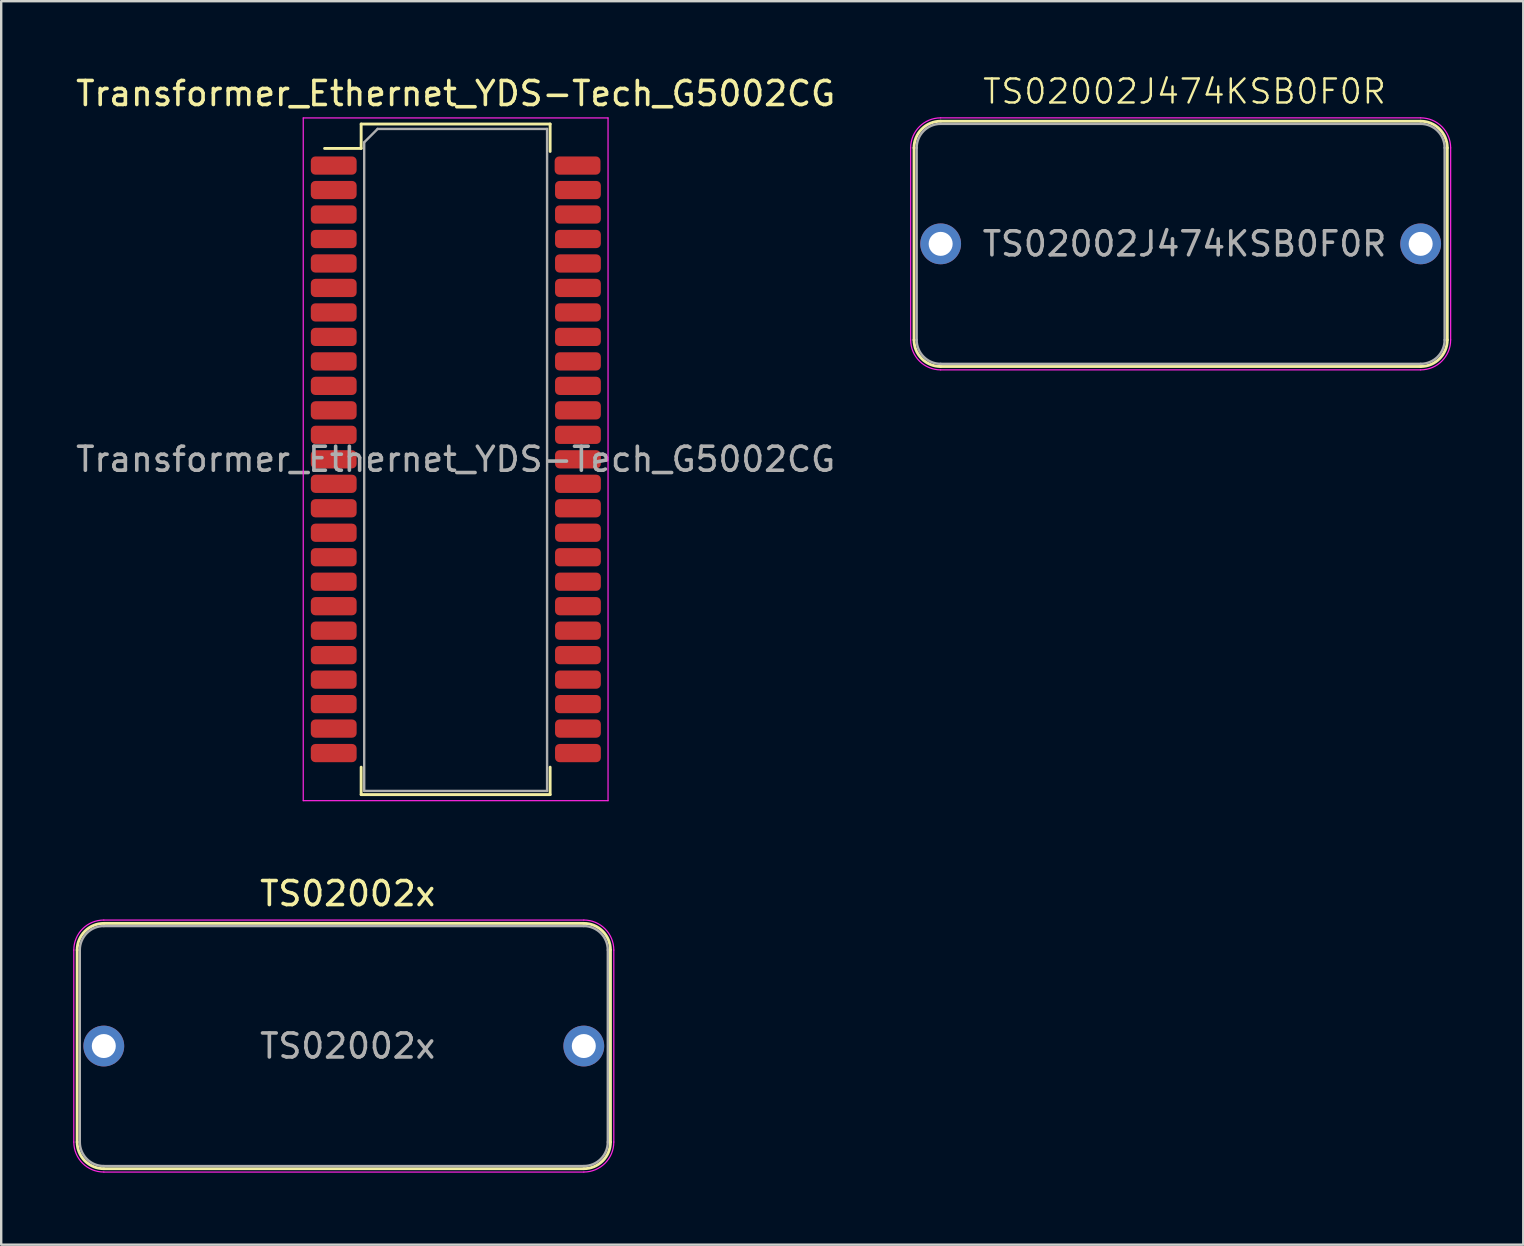
<source format=kicad_pcb>
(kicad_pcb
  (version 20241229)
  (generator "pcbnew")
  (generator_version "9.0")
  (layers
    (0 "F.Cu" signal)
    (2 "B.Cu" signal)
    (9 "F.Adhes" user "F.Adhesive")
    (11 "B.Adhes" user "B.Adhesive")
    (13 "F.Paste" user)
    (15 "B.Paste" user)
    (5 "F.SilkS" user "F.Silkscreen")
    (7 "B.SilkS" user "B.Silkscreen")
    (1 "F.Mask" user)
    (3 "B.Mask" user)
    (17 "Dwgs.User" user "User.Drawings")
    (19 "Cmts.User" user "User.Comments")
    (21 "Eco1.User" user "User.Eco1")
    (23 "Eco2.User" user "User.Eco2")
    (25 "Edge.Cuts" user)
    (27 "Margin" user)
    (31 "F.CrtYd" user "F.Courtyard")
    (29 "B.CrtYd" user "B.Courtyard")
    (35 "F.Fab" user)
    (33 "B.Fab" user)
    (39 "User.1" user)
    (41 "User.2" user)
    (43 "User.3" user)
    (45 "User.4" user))
  (footprint "TS02002x"
    (layer "F.Cu")
    (at 1.275 40.535)
    (property "Reference" "TS02002x" (at 10.16 -6.35 0) (unlocked yes) (layer "F.SilkS") (effects (font (size 1 1) (thickness 0.15))))
    (attr through_hole)
    (fp_line (start -1.11 -4) (end -1.11 4) (stroke (width 0.12) (type solid)) (layer "F.SilkS"))
    (fp_line (start 0 -5.11) (end 20 -5.11) (stroke (width 0.12) (type solid)) (layer "F.SilkS"))
    (fp_line (start 0 5.11) (end 20 5.11) (stroke (width 0.12) (type solid)) (layer "F.SilkS"))
    (fp_line (start 21.11 -4) (end 21.11 4) (stroke (width 0.12) (type solid)) (layer "F.SilkS"))
    (fp_arc (start -1.11 -4) (mid -0.784889 -4.784889) (end 0 -5.11) (stroke (width 0.12) (type solid)) (layer "F.SilkS"))
    (fp_arc (start 0 5.11) (mid -0.784889 4.784889) (end -1.11 4) (stroke (width 0.12) (type solid)) (layer "F.SilkS"))
    (fp_arc (start 20 -5.11) (mid 20.784889 -4.784889) (end 21.11 -4) (stroke (width 0.12) (type solid)) (layer "F.SilkS"))
    (fp_arc (start 21.11 4) (mid 20.784889 4.784889) (end 20 5.11) (stroke (width 0.12) (type solid)) (layer "F.SilkS"))
    (fp_line (start -1.25 -4) (end -1.25 4) (stroke (width 0.05) (type solid)) (layer "F.CrtYd"))
    (fp_line (start 0 -5.25) (end 20 -5.25) (stroke (width 0.05) (type solid)) (layer "F.CrtYd"))
    (fp_line (start 0 5.25) (end 20 5.25) (stroke (width 0.05) (type solid)) (layer "F.CrtYd"))
    (fp_line (start 21.25 -4) (end 21.25 4) (stroke (width 0.05) (type solid)) (layer "F.CrtYd"))
    (fp_arc (start -1.25 -4) (mid -0.883883 -4.883883) (end 0 -5.25) (stroke (width 0.05) (type solid)) (layer "F.CrtYd"))
    (fp_arc (start 0 5.25) (mid -0.883883 4.883883) (end -1.25 4) (stroke (width 0.05) (type solid)) (layer "F.CrtYd"))
    (fp_arc (start 20 -5.25) (mid 20.883883 -4.883883) (end 21.25 -4) (stroke (width 0.05) (type solid)) (layer "F.CrtYd"))
    (fp_arc (start 21.25 4) (mid 20.883883 4.883883) (end 20 5.25) (stroke (width 0.05) (type solid)) (layer "F.CrtYd"))
    (fp_line (start -1 -4) (end -1 4) (stroke (width 0.1) (type solid)) (layer "F.Fab"))
    (fp_line (start 0 -5) (end 20 -5) (stroke (width 0.1) (type solid)) (layer "F.Fab"))
    (fp_line (start 0 5) (end 20 5) (stroke (width 0.1) (type solid)) (layer "F.Fab"))
    (fp_line (start 21 -4) (end 21 4) (stroke (width 0.1) (type solid)) (layer "F.Fab"))
    (fp_arc (start -1 -4) (mid -0.707107 -4.707107) (end 0 -5) (stroke (width 0.1) (type solid)) (layer "F.Fab"))
    (fp_arc (start 0 5) (mid -0.707107 4.707107) (end -1 4) (stroke (width 0.1) (type solid)) (layer "F.Fab"))
    (fp_arc (start 20 -5) (mid 20.707107 -4.707107) (end 21 -4) (stroke (width 0.1) (type solid)) (layer "F.Fab"))
    (fp_arc (start 21 4) (mid 20.707107 4.707107) (end 20 5) (stroke (width 0.1) (type solid)) (layer "F.Fab"))
    (fp_text user "${REFERENCE}" (at 10.16 0 0) (unlocked yes) (layer "F.Fab") (effects (font (size 1 1) (thickness 0.15))))
    (pad "1" thru_hole circle (at 0 0) (size 1.7 1.7) (drill 1) (layers "*.Cu" "*.Mask"))
    (pad "2" thru_hole circle (at 20 0) (size 1.7 1.7) (drill 1) (layers "*.Cu" "*.Mask")))
  (footprint "TS02002J474KSB0F0R"
    (layer "F.Cu")
    (at 36.144 7.111)
    (property "Reference" "TS02002J474KSB0F0R" (at 10.16 -6.35 0) (unlocked yes) (layer "F.SilkS") (effects (font (size 1 1) (thickness 0.1))))
    (attr through_hole)
    (fp_line (start -1.11 -4) (end -1.11 4) (stroke (width 0.12) (type solid)) (layer "F.SilkS"))
    (fp_line (start 0 -5.11) (end 20 -5.11) (stroke (width 0.12) (type solid)) (layer "F.SilkS"))
    (fp_line (start 0 5.11) (end 20 5.11) (stroke (width 0.12) (type solid)) (layer "F.SilkS"))
    (fp_line (start 21.11 -4) (end 21.11 4) (stroke (width 0.12) (type solid)) (layer "F.SilkS"))
    (fp_arc (start -1.11 -4) (mid -0.784889 -4.784889) (end 0 -5.11) (stroke (width 0.12) (type solid)) (layer "F.SilkS"))
    (fp_arc (start 0 5.11) (mid -0.784889 4.784889) (end -1.11 4) (stroke (width 0.12) (type solid)) (layer "F.SilkS"))
    (fp_arc (start 20 -5.11) (mid 20.784889 -4.784889) (end 21.11 -4) (stroke (width 0.12) (type solid)) (layer "F.SilkS"))
    (fp_arc (start 21.11 4) (mid 20.784889 4.784889) (end 20 5.11) (stroke (width 0.12) (type solid)) (layer "F.SilkS"))
    (fp_line (start -1.25 -4) (end -1.25 4) (stroke (width 0.05) (type solid)) (layer "F.CrtYd"))
    (fp_line (start 0 -5.25) (end 20 -5.25) (stroke (width 0.05) (type solid)) (layer "F.CrtYd"))
    (fp_line (start 0 5.25) (end 20 5.25) (stroke (width 0.05) (type solid)) (layer "F.CrtYd"))
    (fp_line (start 21.25 -4) (end 21.25 4) (stroke (width 0.05) (type solid)) (layer "F.CrtYd"))
    (fp_arc (start -1.25 -4) (mid -0.883883 -4.883883) (end 0 -5.25) (stroke (width 0.05) (type solid)) (layer "F.CrtYd"))
    (fp_arc (start 0 5.25) (mid -0.883883 4.883883) (end -1.25 4) (stroke (width 0.05) (type solid)) (layer "F.CrtYd"))
    (fp_arc (start 20 -5.25) (mid 20.883883 -4.883883) (end 21.25 -4) (stroke (width 0.05) (type solid)) (layer "F.CrtYd"))
    (fp_arc (start 21.25 4) (mid 20.883883 4.883883) (end 20 5.25) (stroke (width 0.05) (type solid)) (layer "F.CrtYd"))
    (fp_line (start -1 -4) (end -1 4) (stroke (width 0.1) (type solid)) (layer "F.Fab"))
    (fp_line (start 0 -5) (end 20 -5) (stroke (width 0.1) (type solid)) (layer "F.Fab"))
    (fp_line (start 0 5) (end 20 5) (stroke (width 0.1) (type solid)) (layer "F.Fab"))
    (fp_line (start 21 -4) (end 21 4) (stroke (width 0.1) (type solid)) (layer "F.Fab"))
    (fp_arc (start -1 -4) (mid -0.707107 -4.707107) (end 0 -5) (stroke (width 0.1) (type solid)) (layer "F.Fab"))
    (fp_arc (start 0 5) (mid -0.707107 4.707107) (end -1 4) (stroke (width 0.1) (type solid)) (layer "F.Fab"))
    (fp_arc (start 20 -5) (mid 20.707107 -4.707107) (end 21 -4) (stroke (width 0.1) (type solid)) (layer "F.Fab"))
    (fp_arc (start 21 4) (mid 20.707107 4.707107) (end 20 5) (stroke (width 0.1) (type solid)) (layer "F.Fab"))
    (fp_text user "${REFERENCE}" (at 10.16 0 0) (unlocked yes) (layer "F.Fab") (effects (font (size 1 1) (thickness 0.15))))
    (pad "1" thru_hole circle (at 0 0) (size 1.7 1.7) (drill 1) (layers "*.Cu" "*.Mask"))
    (pad "2" thru_hole circle (at 20 0) (size 1.7 1.7) (drill 1) (layers "*.Cu" "*.Mask")))
  (footprint "Transformer_Ethernet_YDS-Tech_G5002CG"
    (layer "F.Cu")
    (at 15.935 16.088)
    (property "Reference" "Transformer_Ethernet_YDS-Tech_G5002CG" (at 0 -15.24 0) (unlocked yes) (layer "F.SilkS") (effects (font (size 1 1) (thickness 0.15))))
    (attr smd)
    (fp_line (start -5.461 -12.954) (end -3.937 -12.954) (stroke (width 0.12) (type solid)) (layer "F.SilkS"))
    (fp_line (start -3.937 -13.97) (end -3.937 -12.954) (stroke (width 0.12) (type solid)) (layer "F.SilkS"))
    (fp_line (start -3.937 -13.97) (end 3.937 -13.97) (stroke (width 0.12) (type solid)) (layer "F.SilkS"))
    (fp_line (start -3.937 13.97) (end -3.937 12.827) (stroke (width 0.12) (type solid)) (layer "F.SilkS"))
    (fp_line (start 3.937 -13.97) (end 3.937 -12.827) (stroke (width 0.12) (type solid)) (layer "F.SilkS"))
    (fp_line (start 3.937 13.97) (end -3.937 13.97) (stroke (width 0.12) (type solid)) (layer "F.SilkS"))
    (fp_line (start 3.937 13.97) (end 3.937 12.827) (stroke (width 0.12) (type solid)) (layer "F.SilkS"))
    (fp_line (start -6.35 -14.224) (end -6.35 14.224) (stroke (width 0.05) (type solid)) (layer "F.CrtYd"))
    (fp_line (start -6.35 -14.224) (end 6.35 -14.224) (stroke (width 0.05) (type solid)) (layer "F.CrtYd"))
    (fp_line (start -6.35 14.224) (end 6.35 14.224) (stroke (width 0.05) (type solid)) (layer "F.CrtYd"))
    (fp_line (start 6.35 -14.224) (end 6.35 14.224) (stroke (width 0.05) (type solid)) (layer "F.CrtYd"))
    (fp_line (start -3.81 -13.208) (end -3.81 13.818) (stroke (width 0.1) (type solid)) (layer "F.Fab"))
    (fp_line (start -3.81 -13.208) (end -3.251 -13.767) (stroke (width 0.1) (type solid)) (layer "F.Fab"))
    (fp_line (start -3.81 13.818) (end 3.81 13.818) (stroke (width 0.1) (type solid)) (layer "F.Fab"))
    (fp_line (start -3.251 -13.767) (end 3.81 -13.767) (stroke (width 0.1) (type solid)) (layer "F.Fab"))
    (fp_line (start 3.81 -13.767) (end 3.81 13.818) (stroke (width 0.1) (type solid)) (layer "F.Fab"))
    (fp_text user "${REFERENCE}" (at 0 0 0) (unlocked yes) (layer "F.Fab") (effects (font (size 1 1) (thickness 0.15))))
    (pad "1" smd roundrect (at -5.08 -12.24) (size 1.91 0.76) (layers "F.Cu" "F.Mask" "F.Paste") (roundrect_rratio 0.25))
    (pad "2" smd roundrect (at -5.08 -11.22) (size 1.91 0.76) (layers "F.Cu" "F.Mask" "F.Paste") (roundrect_rratio 0.25))
    (pad "3" smd roundrect (at -5.08 -10.2) (size 1.91 0.76) (layers "F.Cu" "F.Mask" "F.Paste") (roundrect_rratio 0.25))
    (pad "4" smd roundrect (at -5.08 -9.18) (size 1.91 0.76) (layers "F.Cu" "F.Mask" "F.Paste") (roundrect_rratio 0.25))
    (pad "5" smd roundrect (at -5.08 -8.16) (size 1.91 0.76) (layers "F.Cu" "F.Mask" "F.Paste") (roundrect_rratio 0.25))
    (pad "6" smd roundrect (at -5.08 -7.14) (size 1.91 0.76) (layers "F.Cu" "F.Mask" "F.Paste") (roundrect_rratio 0.25))
    (pad "7" smd roundrect (at -5.08 -6.12) (size 1.91 0.76) (layers "F.Cu" "F.Mask" "F.Paste") (roundrect_rratio 0.25))
    (pad "8" smd roundrect (at -5.08 -5.1) (size 1.91 0.76) (layers "F.Cu" "F.Mask" "F.Paste") (roundrect_rratio 0.25))
    (pad "9" smd roundrect (at -5.08 -4.08) (size 1.91 0.76) (layers "F.Cu" "F.Mask" "F.Paste") (roundrect_rratio 0.25))
    (pad "10" smd roundrect (at -5.08 -3.06) (size 1.91 0.76) (layers "F.Cu" "F.Mask" "F.Paste") (roundrect_rratio 0.25))
    (pad "11" smd roundrect (at -5.08 -2.04) (size 1.91 0.76) (layers "F.Cu" "F.Mask" "F.Paste") (roundrect_rratio 0.25))
    (pad "12" smd roundrect (at -5.08 -1.02) (size 1.91 0.76) (layers "F.Cu" "F.Mask" "F.Paste") (roundrect_rratio 0.25))
    (pad "13" smd roundrect (at -5.08 0 180) (size 1.91 0.76) (layers "F.Cu" "F.Mask" "F.Paste") (roundrect_rratio 0.25))
    (pad "14" smd roundrect (at -5.08 1.02 180) (size 1.91 0.76) (layers "F.Cu" "F.Mask" "F.Paste") (roundrect_rratio 0.25))
    (pad "15" smd roundrect (at -5.08 2.04 180) (size 1.91 0.76) (layers "F.Cu" "F.Mask" "F.Paste") (roundrect_rratio 0.25))
    (pad "16" smd roundrect (at -5.08 3.06 180) (size 1.91 0.76) (layers "F.Cu" "F.Mask" "F.Paste") (roundrect_rratio 0.25))
    (pad "17" smd roundrect (at -5.08 4.08 180) (size 1.91 0.76) (layers "F.Cu" "F.Mask" "F.Paste") (roundrect_rratio 0.25))
    (pad "18" smd roundrect (at -5.08 5.1 180) (size 1.91 0.76) (layers "F.Cu" "F.Mask" "F.Paste") (roundrect_rratio 0.25))
    (pad "19" smd roundrect (at -5.08 6.12 180) (size 1.91 0.76) (layers "F.Cu" "F.Mask" "F.Paste") (roundrect_rratio 0.25))
    (pad "20" smd roundrect (at -5.08 7.14 180) (size 1.91 0.76) (layers "F.Cu" "F.Mask" "F.Paste") (roundrect_rratio 0.25))
    (pad "21" smd roundrect (at -5.08 8.16 180) (size 1.91 0.76) (layers "F.Cu" "F.Mask" "F.Paste") (roundrect_rratio 0.25))
    (pad "22" smd roundrect (at -5.08 9.18 180) (size 1.91 0.76) (layers "F.Cu" "F.Mask" "F.Paste") (roundrect_rratio 0.25))
    (pad "23" smd roundrect (at -5.08 10.2 180) (size 1.91 0.76) (layers "F.Cu" "F.Mask" "F.Paste") (roundrect_rratio 0.25))
    (pad "24" smd roundrect (at -5.08 11.22 180) (size 1.91 0.76) (layers "F.Cu" "F.Mask" "F.Paste") (roundrect_rratio 0.25))
    (pad "25" smd roundrect (at -5.08 12.24 180) (size 1.91 0.76) (layers "F.Cu" "F.Mask" "F.Paste") (roundrect_rratio 0.25))
    (pad "26" smd roundrect (at 5.096 12.24 180) (size 1.91 0.76) (layers "F.Cu" "F.Mask" "F.Paste") (roundrect_rratio 0.25))
    (pad "27" smd roundrect (at 5.096 11.22 180) (size 1.91 0.76) (layers "F.Cu" "F.Mask" "F.Paste") (roundrect_rratio 0.25))
    (pad "28" smd roundrect (at 5.096 10.2 180) (size 1.91 0.76) (layers "F.Cu" "F.Mask" "F.Paste") (roundrect_rratio 0.25))
    (pad "29" smd roundrect (at 5.096 9.18 180) (size 1.91 0.76) (layers "F.Cu" "F.Mask" "F.Paste") (roundrect_rratio 0.25))
    (pad "30" smd roundrect (at 5.096 8.16 180) (size 1.91 0.76) (layers "F.Cu" "F.Mask" "F.Paste") (roundrect_rratio 0.25))
    (pad "31" smd roundrect (at 5.096 7.14 180) (size 1.91 0.76) (layers "F.Cu" "F.Mask" "F.Paste") (roundrect_rratio 0.25))
    (pad "32" smd roundrect (at 5.096 6.12 180) (size 1.91 0.76) (layers "F.Cu" "F.Mask" "F.Paste") (roundrect_rratio 0.25))
    (pad "33" smd roundrect (at 5.096 5.1 180) (size 1.91 0.76) (layers "F.Cu" "F.Mask" "F.Paste") (roundrect_rratio 0.25))
    (pad "34" smd roundrect (at 5.096 4.08 180) (size 1.91 0.76) (layers "F.Cu" "F.Mask" "F.Paste") (roundrect_rratio 0.25))
    (pad "35" smd roundrect (at 5.096 3.06 180) (size 1.91 0.76) (layers "F.Cu" "F.Mask" "F.Paste") (roundrect_rratio 0.25))
    (pad "36" smd roundrect (at 5.096 2.04 180) (size 1.91 0.76) (layers "F.Cu" "F.Mask" "F.Paste") (roundrect_rratio 0.25))
    (pad "37" smd roundrect (at 5.096 1.02) (size 1.91 0.76) (layers "F.Cu" "F.Mask" "F.Paste") (roundrect_rratio 0.25))
    (pad "38" smd roundrect (at 5.096 0) (size 1.91 0.76) (layers "F.Cu" "F.Mask" "F.Paste") (roundrect_rratio 0.25))
    (pad "39" smd roundrect (at 5.096 -1.02) (size 1.91 0.76) (layers "F.Cu" "F.Mask" "F.Paste") (roundrect_rratio 0.25))
    (pad "40" smd roundrect (at 5.096 -2.04) (size 1.91 0.76) (layers "F.Cu" "F.Mask" "F.Paste") (roundrect_rratio 0.25))
    (pad "41" smd roundrect (at 5.096 -3.06) (size 1.91 0.76) (layers "F.Cu" "F.Mask" "F.Paste") (roundrect_rratio 0.25))
    (pad "42" smd roundrect (at 5.096 -4.08) (size 1.91 0.76) (layers "F.Cu" "F.Mask" "F.Paste") (roundrect_rratio 0.25))
    (pad "43" smd roundrect (at 5.096 -5.1) (size 1.91 0.76) (layers "F.Cu" "F.Mask" "F.Paste") (roundrect_rratio 0.25))
    (pad "44" smd roundrect (at 5.096 -6.12) (size 1.91 0.76) (layers "F.Cu" "F.Mask" "F.Paste") (roundrect_rratio 0.25))
    (pad "45" smd roundrect (at 5.096 -7.14) (size 1.91 0.76) (layers "F.Cu" "F.Mask" "F.Paste") (roundrect_rratio 0.25))
    (pad "46" smd roundrect (at 5.096 -8.16) (size 1.91 0.76) (layers "F.Cu" "F.Mask" "F.Paste") (roundrect_rratio 0.25))
    (pad "47" smd roundrect (at 5.096 -9.18) (size 1.91 0.76) (layers "F.Cu" "F.Mask" "F.Paste") (roundrect_rratio 0.25))
    (pad "48" smd roundrect (at 5.096 -10.2) (size 1.91 0.76) (layers "F.Cu" "F.Mask" "F.Paste") (roundrect_rratio 0.25))
    (pad "49" smd roundrect (at 5.096 -11.22) (size 1.91 0.76) (layers "F.Cu" "F.Mask" "F.Paste") (roundrect_rratio 0.25))
    (pad "50" smd roundrect (at 5.08 -12.24) (size 1.91 0.76) (layers "F.Cu" "F.Mask" "F.Paste") (roundrect_rratio 0.25)))
  (gr_rect
    (start -3 -3)
    (end 60.419 48.81)
    (stroke (width 0.1) (type default))
    (fill no)
    (layer "Edge.Cuts")))
</source>
